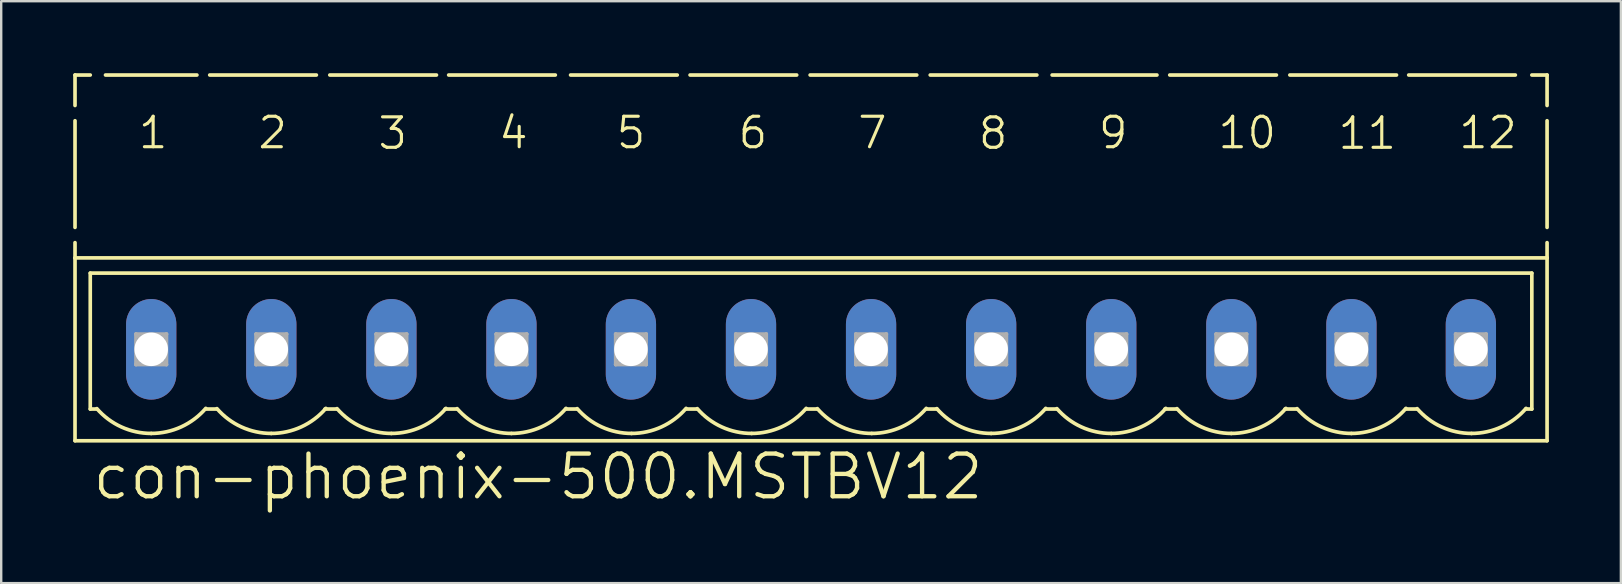
<source format=kicad_pcb>
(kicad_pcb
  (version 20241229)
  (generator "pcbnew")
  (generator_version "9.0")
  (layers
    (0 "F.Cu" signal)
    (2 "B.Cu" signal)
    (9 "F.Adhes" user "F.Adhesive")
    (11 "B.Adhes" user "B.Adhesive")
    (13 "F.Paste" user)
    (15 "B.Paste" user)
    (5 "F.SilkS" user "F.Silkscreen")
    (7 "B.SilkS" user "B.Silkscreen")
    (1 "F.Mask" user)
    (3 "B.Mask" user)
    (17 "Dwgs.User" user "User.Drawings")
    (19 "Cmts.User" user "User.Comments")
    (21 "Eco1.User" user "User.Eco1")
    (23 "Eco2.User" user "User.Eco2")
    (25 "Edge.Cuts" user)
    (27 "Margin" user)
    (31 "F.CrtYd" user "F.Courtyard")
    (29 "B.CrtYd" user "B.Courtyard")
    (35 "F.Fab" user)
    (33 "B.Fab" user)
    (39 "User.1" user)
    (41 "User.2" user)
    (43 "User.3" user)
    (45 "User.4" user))
  (footprint "con-phoenix-500.MSTBV12"
    (layer "F.Cu")
    (at 30.751 11.506)
    (property "Reference" "con-phoenix-500.MSTBV12" (at -30.04 6.35 0) (layer "F.SilkS") (effects (font (size 1.778 1.778) (thickness 0.18)) (justify left bottom)))
    (attr through_hole)
    (fp_line (start -30.675 -11.43) (end -30.675 -10.16) (stroke (width 0.152) (type default)) (layer "F.SilkS"))
    (fp_line (start -30.675 -11.43) (end -30.04 -11.43) (stroke (width 0.152) (type default)) (layer "F.SilkS"))
    (fp_line (start -30.675 -9.525) (end -30.675 -5.08) (stroke (width 0.152) (type default)) (layer "F.SilkS"))
    (fp_line (start -30.675 -4.445) (end -30.675 -3.81) (stroke (width 0.152) (type default)) (layer "F.SilkS"))
    (fp_line (start -30.675 -3.81) (end -30.675 3.81) (stroke (width 0.152) (type default)) (layer "F.SilkS"))
    (fp_line (start -30.675 -3.81) (end 30.666 -3.81) (stroke (width 0.152) (type default)) (layer "F.SilkS"))
    (fp_line (start -30.675 3.81) (end 30.666 3.81) (stroke (width 0.152) (type default)) (layer "F.SilkS"))
    (fp_line (start -30.04 -3.175) (end 30.031 -3.175) (stroke (width 0.152) (type default)) (layer "F.SilkS"))
    (fp_line (start -30.04 2.489) (end -30.04 -3.175) (stroke (width 0.152) (type default)) (layer "F.SilkS"))
    (fp_line (start -30.04 2.489) (end -29.786 2.489) (stroke (width 0.152) (type default)) (layer "F.SilkS"))
    (fp_line (start -29.405 -11.43) (end -25.595 -11.43) (stroke (width 0.152) (type default)) (layer "F.SilkS"))
    (fp_line (start -25.214 2.489) (end -24.782 2.489) (stroke (width 0.152) (type default)) (layer "F.SilkS"))
    (fp_line (start -25.062 -11.43) (end -20.617 -11.43) (stroke (width 0.152) (type default)) (layer "F.SilkS"))
    (fp_line (start -20.261 2.489) (end -19.778 2.489) (stroke (width 0.152) (type default)) (layer "F.SilkS"))
    (fp_line (start -20.058 -11.43) (end -15.613 -11.43) (stroke (width 0.152) (type default)) (layer "F.SilkS"))
    (fp_line (start -15.257 2.489) (end -14.775 2.489) (stroke (width 0.152) (type default)) (layer "F.SilkS"))
    (fp_line (start -15.105 -11.43) (end -10.66 -11.43) (stroke (width 0.152) (type default)) (layer "F.SilkS"))
    (fp_line (start -10.228 2.489) (end -9.771 2.489) (stroke (width 0.152) (type default)) (layer "F.SilkS"))
    (fp_line (start -10.025 -11.43) (end -5.58 -11.43) (stroke (width 0.152) (type default)) (layer "F.SilkS"))
    (fp_line (start -5.199 2.489) (end -4.767 2.489) (stroke (width 0.152) (type default)) (layer "F.SilkS"))
    (fp_line (start -5.046 -11.43) (end -0.601 -11.43) (stroke (width 0.152) (type default)) (layer "F.SilkS"))
    (fp_line (start -0.195 2.489) (end 0.237 2.489) (stroke (width 0.152) (type default)) (layer "F.SilkS"))
    (fp_line (start -0.043 -11.43) (end 4.402 -11.43) (stroke (width 0.152) (type default)) (layer "F.SilkS"))
    (fp_line (start 4.809 2.489) (end 5.241 2.489) (stroke (width 0.152) (type default)) (layer "F.SilkS"))
    (fp_line (start 4.961 -11.43) (end 9.406 -11.43) (stroke (width 0.152) (type default)) (layer "F.SilkS"))
    (fp_line (start 9.787 2.489) (end 10.219 2.489) (stroke (width 0.152) (type default)) (layer "F.SilkS"))
    (fp_line (start 10.041 -11.43) (end 14.41 -11.43) (stroke (width 0.152) (type default)) (layer "F.SilkS"))
    (fp_line (start 14.74 2.489) (end 15.223 2.489) (stroke (width 0.152) (type default)) (layer "F.SilkS"))
    (fp_line (start 14.943 -11.43) (end 19.388 -11.43) (stroke (width 0.152) (type default)) (layer "F.SilkS"))
    (fp_line (start 19.744 2.489) (end 20.227 2.489) (stroke (width 0.152) (type default)) (layer "F.SilkS"))
    (fp_line (start 19.947 -11.43) (end 24.392 -11.43) (stroke (width 0.152) (type default)) (layer "F.SilkS"))
    (fp_line (start 24.773 2.489) (end 25.23 2.489) (stroke (width 0.152) (type default)) (layer "F.SilkS"))
    (fp_line (start 24.9 -11.43) (end 29.345 -11.43) (stroke (width 0.152) (type default)) (layer "F.SilkS"))
    (fp_line (start 29.777 2.489) (end 30.031 2.489) (stroke (width 0.152) (type default)) (layer "F.SilkS"))
    (fp_line (start 30.031 -11.43) (end 30.666 -11.43) (stroke (width 0.152) (type default)) (layer "F.SilkS"))
    (fp_line (start 30.031 2.489) (end 30.031 -3.175) (stroke (width 0.152) (type default)) (layer "F.SilkS"))
    (fp_line (start 30.666 -11.43) (end 30.666 -10.16) (stroke (width 0.152) (type default)) (layer "F.SilkS"))
    (fp_line (start 30.666 -9.525) (end 30.666 -5.08) (stroke (width 0.152) (type default)) (layer "F.SilkS"))
    (fp_line (start 30.666 -3.81) (end 30.666 -4.445) (stroke (width 0.152) (type default)) (layer "F.SilkS"))
    (fp_line (start 30.666 3.81) (end 30.666 -3.81) (stroke (width 0.152) (type default)) (layer "F.SilkS"))
    (fp_arc (start -27.5 3.5053) (mid -28.744986 3.234481) (end -29.765 2.471) (stroke (width 0.1524) (type default)) (layer "F.SilkS"))
    (fp_arc (start -25.2262 2.4608) (mid -26.248899 3.231631) (end -27.5 3.5052) (stroke (width 0.1524) (type default)) (layer "F.SilkS"))
    (fp_arc (start -22.4962 3.5052) (mid -23.741177 3.234436) (end -24.7612 2.471) (stroke (width 0.1524) (type default)) (layer "F.SilkS"))
    (fp_arc (start -20.2224 2.4608) (mid -21.245099 3.231631) (end -22.4962 3.5052) (stroke (width 0.1524) (type default)) (layer "F.SilkS"))
    (fp_arc (start -17.4924 3.5052) (mid -18.737377 3.234436) (end -19.7574 2.471) (stroke (width 0.1524) (type default)) (layer "F.SilkS"))
    (fp_arc (start -15.2186 2.4608) (mid -16.241299 3.231631) (end -17.4924 3.5052) (stroke (width 0.1524) (type default)) (layer "F.SilkS"))
    (fp_arc (start -12.4886 3.5052) (mid -13.733577 3.234436) (end -14.7536 2.471) (stroke (width 0.1524) (type default)) (layer "F.SilkS"))
    (fp_arc (start -10.2148 2.4608) (mid -11.237499 3.231631) (end -12.4886 3.5052) (stroke (width 0.1524) (type default)) (layer "F.SilkS"))
    (fp_arc (start -7.4848 3.5052) (mid -8.729777 3.234436) (end -9.7498 2.471) (stroke (width 0.1524) (type default)) (layer "F.SilkS"))
    (fp_arc (start -5.211 2.4608) (mid -6.233699 3.231631) (end -7.4848 3.5052) (stroke (width 0.1524) (type default)) (layer "F.SilkS"))
    (fp_arc (start -2.481 3.5052) (mid -3.725977 3.234436) (end -4.746 2.471) (stroke (width 0.1524) (type default)) (layer "F.SilkS"))
    (fp_arc (start -0.2072 2.4608) (mid -1.229899 3.231631) (end -2.481 3.5052) (stroke (width 0.1524) (type default)) (layer "F.SilkS"))
    (fp_arc (start 2.5228 3.5052) (mid 1.277823 3.234436) (end 0.2578 2.471) (stroke (width 0.1524) (type default)) (layer "F.SilkS"))
    (fp_arc (start 4.7966 2.4608) (mid 3.773901 3.231631) (end 2.5228 3.5052) (stroke (width 0.1524) (type default)) (layer "F.SilkS"))
    (fp_arc (start 7.5012 3.5052) (mid 6.256223 3.234436) (end 5.2362 2.471) (stroke (width 0.1524) (type default)) (layer "F.SilkS"))
    (fp_arc (start 9.775 2.4608) (mid 8.752301 3.231631) (end 7.5012 3.5052) (stroke (width 0.1524) (type default)) (layer "F.SilkS"))
    (fp_arc (start 12.505 3.5052) (mid 11.260023 3.234436) (end 10.24 2.471) (stroke (width 0.1524) (type default)) (layer "F.SilkS"))
    (fp_arc (start 14.7788 2.4608) (mid 13.756101 3.231631) (end 12.505 3.5052) (stroke (width 0.1524) (type default)) (layer "F.SilkS"))
    (fp_arc (start 17.5088 3.5052) (mid 16.263823 3.234436) (end 15.2438 2.471) (stroke (width 0.1524) (type default)) (layer "F.SilkS"))
    (fp_arc (start 19.7826 2.4608) (mid 18.759901 3.231631) (end 17.5088 3.5052) (stroke (width 0.1524) (type default)) (layer "F.SilkS"))
    (fp_arc (start 22.5126 3.5052) (mid 21.267623 3.234436) (end 20.2476 2.471) (stroke (width 0.1524) (type default)) (layer "F.SilkS"))
    (fp_arc (start 24.7864 2.4608) (mid 23.763701 3.231631) (end 22.5126 3.5052) (stroke (width 0.1524) (type default)) (layer "F.SilkS"))
    (fp_arc (start 27.5164 3.5052) (mid 26.271423 3.234436) (end 25.2514 2.471) (stroke (width 0.1524) (type default)) (layer "F.SilkS"))
    (fp_arc (start 29.7902 2.4608) (mid 28.767501 3.231631) (end 27.5164 3.5052) (stroke (width 0.1524) (type default)) (layer "F.SilkS"))
    (fp_line (start -28.135 -0.635) (end -28.135 0.635) (stroke (width 0.152) (type default)) (layer "F.Fab"))
    (fp_line (start -28.135 -0.635) (end -26.865 0.635) (stroke (width 0.152) (type default)) (layer "F.Fab"))
    (fp_line (start -28.135 0.635) (end -26.865 -0.635) (stroke (width 0.152) (type default)) (layer "F.Fab"))
    (fp_line (start -28.135 0.635) (end -26.865 0.635) (stroke (width 0.152) (type default)) (layer "F.Fab"))
    (fp_line (start -26.865 -0.635) (end -28.135 -0.635) (stroke (width 0.152) (type default)) (layer "F.Fab"))
    (fp_line (start -26.865 0.635) (end -26.865 -0.635) (stroke (width 0.152) (type default)) (layer "F.Fab"))
    (fp_line (start -23.131 -0.635) (end -23.131 0.635) (stroke (width 0.152) (type default)) (layer "F.Fab"))
    (fp_line (start -23.131 -0.635) (end -21.861 0.635) (stroke (width 0.152) (type default)) (layer "F.Fab"))
    (fp_line (start -23.131 0.635) (end -21.861 -0.635) (stroke (width 0.152) (type default)) (layer "F.Fab"))
    (fp_line (start -23.131 0.635) (end -21.861 0.635) (stroke (width 0.152) (type default)) (layer "F.Fab"))
    (fp_line (start -21.861 -0.635) (end -23.131 -0.635) (stroke (width 0.152) (type default)) (layer "F.Fab"))
    (fp_line (start -21.861 0.635) (end -21.861 -0.635) (stroke (width 0.152) (type default)) (layer "F.Fab"))
    (fp_line (start -18.127 -0.635) (end -18.127 0.635) (stroke (width 0.152) (type default)) (layer "F.Fab"))
    (fp_line (start -18.127 -0.635) (end -16.857 0.635) (stroke (width 0.152) (type default)) (layer "F.Fab"))
    (fp_line (start -18.127 0.635) (end -16.857 -0.635) (stroke (width 0.152) (type default)) (layer "F.Fab"))
    (fp_line (start -18.127 0.635) (end -16.857 0.635) (stroke (width 0.152) (type default)) (layer "F.Fab"))
    (fp_line (start -16.857 -0.635) (end -18.127 -0.635) (stroke (width 0.152) (type default)) (layer "F.Fab"))
    (fp_line (start -16.857 0.635) (end -16.857 -0.635) (stroke (width 0.152) (type default)) (layer "F.Fab"))
    (fp_line (start -13.124 -0.635) (end -13.124 0.635) (stroke (width 0.152) (type default)) (layer "F.Fab"))
    (fp_line (start -13.124 -0.635) (end -11.854 0.635) (stroke (width 0.152) (type default)) (layer "F.Fab"))
    (fp_line (start -13.124 0.635) (end -11.854 -0.635) (stroke (width 0.152) (type default)) (layer "F.Fab"))
    (fp_line (start -13.124 0.635) (end -11.854 0.635) (stroke (width 0.152) (type default)) (layer "F.Fab"))
    (fp_line (start -11.854 -0.635) (end -13.124 -0.635) (stroke (width 0.152) (type default)) (layer "F.Fab"))
    (fp_line (start -11.854 0.635) (end -11.854 -0.635) (stroke (width 0.152) (type default)) (layer "F.Fab"))
    (fp_line (start -8.145 -0.635) (end -8.145 0.635) (stroke (width 0.152) (type default)) (layer "F.Fab"))
    (fp_line (start -8.145 -0.635) (end -6.875 0.635) (stroke (width 0.152) (type default)) (layer "F.Fab"))
    (fp_line (start -8.145 0.635) (end -6.875 -0.635) (stroke (width 0.152) (type default)) (layer "F.Fab"))
    (fp_line (start -8.145 0.635) (end -6.875 0.635) (stroke (width 0.152) (type default)) (layer "F.Fab"))
    (fp_line (start -6.875 -0.635) (end -8.145 -0.635) (stroke (width 0.152) (type default)) (layer "F.Fab"))
    (fp_line (start -6.875 0.635) (end -6.875 -0.635) (stroke (width 0.152) (type default)) (layer "F.Fab"))
    (fp_line (start -3.141 -0.635) (end -3.141 0.635) (stroke (width 0.152) (type default)) (layer "F.Fab"))
    (fp_line (start -3.141 -0.635) (end -1.871 0.635) (stroke (width 0.152) (type default)) (layer "F.Fab"))
    (fp_line (start -3.141 0.635) (end -1.871 -0.635) (stroke (width 0.152) (type default)) (layer "F.Fab"))
    (fp_line (start -3.141 0.635) (end -1.871 0.635) (stroke (width 0.152) (type default)) (layer "F.Fab"))
    (fp_line (start -1.871 -0.635) (end -3.141 -0.635) (stroke (width 0.152) (type default)) (layer "F.Fab"))
    (fp_line (start -1.871 0.635) (end -1.871 -0.635) (stroke (width 0.152) (type default)) (layer "F.Fab"))
    (fp_line (start 1.862 -0.635) (end 1.862 0.635) (stroke (width 0.152) (type default)) (layer "F.Fab"))
    (fp_line (start 1.862 -0.635) (end 3.132 0.635) (stroke (width 0.152) (type default)) (layer "F.Fab"))
    (fp_line (start 1.862 0.635) (end 3.132 -0.635) (stroke (width 0.152) (type default)) (layer "F.Fab"))
    (fp_line (start 1.862 0.635) (end 3.132 0.635) (stroke (width 0.152) (type default)) (layer "F.Fab"))
    (fp_line (start 3.132 -0.635) (end 1.862 -0.635) (stroke (width 0.152) (type default)) (layer "F.Fab"))
    (fp_line (start 3.132 0.635) (end 3.132 -0.635) (stroke (width 0.152) (type default)) (layer "F.Fab"))
    (fp_line (start 6.866 -0.635) (end 6.866 0.635) (stroke (width 0.152) (type default)) (layer "F.Fab"))
    (fp_line (start 6.866 -0.635) (end 8.136 0.635) (stroke (width 0.152) (type default)) (layer "F.Fab"))
    (fp_line (start 6.866 0.635) (end 8.136 -0.635) (stroke (width 0.152) (type default)) (layer "F.Fab"))
    (fp_line (start 6.866 0.635) (end 8.136 0.635) (stroke (width 0.152) (type default)) (layer "F.Fab"))
    (fp_line (start 8.136 -0.635) (end 6.866 -0.635) (stroke (width 0.152) (type default)) (layer "F.Fab"))
    (fp_line (start 8.136 0.635) (end 8.136 -0.635) (stroke (width 0.152) (type default)) (layer "F.Fab"))
    (fp_line (start 11.87 -0.635) (end 11.87 0.635) (stroke (width 0.152) (type default)) (layer "F.Fab"))
    (fp_line (start 11.87 -0.635) (end 13.14 0.635) (stroke (width 0.152) (type default)) (layer "F.Fab"))
    (fp_line (start 11.87 0.635) (end 13.14 -0.635) (stroke (width 0.152) (type default)) (layer "F.Fab"))
    (fp_line (start 11.87 0.635) (end 13.14 0.635) (stroke (width 0.152) (type default)) (layer "F.Fab"))
    (fp_line (start 13.14 -0.635) (end 11.87 -0.635) (stroke (width 0.152) (type default)) (layer "F.Fab"))
    (fp_line (start 13.14 0.635) (end 13.14 -0.635) (stroke (width 0.152) (type default)) (layer "F.Fab"))
    (fp_line (start 16.874 -0.635) (end 16.874 0.635) (stroke (width 0.152) (type default)) (layer "F.Fab"))
    (fp_line (start 16.874 -0.635) (end 18.144 0.635) (stroke (width 0.152) (type default)) (layer "F.Fab"))
    (fp_line (start 16.874 0.635) (end 18.144 -0.635) (stroke (width 0.152) (type default)) (layer "F.Fab"))
    (fp_line (start 16.874 0.635) (end 18.144 0.635) (stroke (width 0.152) (type default)) (layer "F.Fab"))
    (fp_line (start 18.144 -0.635) (end 16.874 -0.635) (stroke (width 0.152) (type default)) (layer "F.Fab"))
    (fp_line (start 18.144 0.635) (end 18.144 -0.635) (stroke (width 0.152) (type default)) (layer "F.Fab"))
    (fp_line (start 21.878 -0.635) (end 21.878 0.635) (stroke (width 0.152) (type default)) (layer "F.Fab"))
    (fp_line (start 21.878 -0.635) (end 23.148 0.635) (stroke (width 0.152) (type default)) (layer "F.Fab"))
    (fp_line (start 21.878 0.635) (end 23.148 -0.635) (stroke (width 0.152) (type default)) (layer "F.Fab"))
    (fp_line (start 21.878 0.635) (end 23.148 0.635) (stroke (width 0.152) (type default)) (layer "F.Fab"))
    (fp_line (start 23.148 -0.635) (end 21.878 -0.635) (stroke (width 0.152) (type default)) (layer "F.Fab"))
    (fp_line (start 23.148 0.635) (end 23.148 -0.635) (stroke (width 0.152) (type default)) (layer "F.Fab"))
    (fp_line (start 26.856 -0.635) (end 26.856 0.635) (stroke (width 0.152) (type default)) (layer "F.Fab"))
    (fp_line (start 26.856 -0.635) (end 28.126 0.635) (stroke (width 0.152) (type default)) (layer "F.Fab"))
    (fp_line (start 26.856 0.635) (end 28.126 -0.635) (stroke (width 0.152) (type default)) (layer "F.Fab"))
    (fp_line (start 26.856 0.635) (end 28.126 0.635) (stroke (width 0.152) (type default)) (layer "F.Fab"))
    (fp_line (start 28.126 -0.635) (end 26.856 -0.635) (stroke (width 0.152) (type default)) (layer "F.Fab"))
    (fp_line (start 28.126 0.635) (end 28.126 -0.635) (stroke (width 0.152) (type default)) (layer "F.Fab"))
    (fp_text user "1" (at -28.11 -8.28 0) (layer "F.SilkS") (effects (font (size 1.27 1.27) (thickness 0.13)) (justify left bottom)))
    (fp_text user "9" (at 11.895 -8.28 0) (layer "F.SilkS") (effects (font (size 1.27 1.27) (thickness 0.13)) (justify left bottom)))
    (fp_text user "4" (at -13.098 -8.28 0) (layer "F.SilkS") (effects (font (size 1.27 1.27) (thickness 0.13)) (justify left bottom)))
    (fp_text user "12" (at 26.907 -8.28 0) (layer "F.SilkS") (effects (font (size 1.27 1.27) (thickness 0.13)) (justify left bottom)))
    (fp_text user "6" (at -3.116 -8.28 0) (layer "F.SilkS") (effects (font (size 1.27 1.27) (thickness 0.13)) (justify left bottom)))
    (fp_text user "2" (at -23.131 -8.28 0) (layer "F.SilkS") (effects (font (size 1.27 1.27) (thickness 0.13)) (justify left bottom)))
    (fp_text user "5" (at -8.196 -8.28 0) (layer "F.SilkS") (effects (font (size 1.27 1.27) (thickness 0.13)) (justify left bottom)))
    (fp_text user "11" (at 21.878 -8.255 0) (layer "F.SilkS") (effects (font (size 1.27 1.27) (thickness 0.13)) (justify left bottom)))
    (fp_text user "3" (at -18.127 -8.255 0) (layer "F.SilkS") (effects (font (size 1.27 1.27) (thickness 0.13)) (justify left bottom)))
    (fp_text user "7" (at 1.862 -8.28 0) (layer "F.SilkS") (effects (font (size 1.27 1.27) (thickness 0.13)) (justify left bottom)))
    (fp_text user "8" (at 6.892 -8.255 0) (layer "F.SilkS") (effects (font (size 1.27 1.27) (thickness 0.13)) (justify left bottom)))
    (fp_text user "10" (at 16.874 -8.28 0) (layer "F.SilkS") (effects (font (size 1.27 1.27) (thickness 0.13)) (justify left bottom)))
    (pad "1" thru_hole oval (at -27.5 0 90) (size 4.191 2.095) (drill 1.397) (layers "*.Cu" "*.Mask"))
    (pad "2" thru_hole oval (at -22.496 0 90) (size 4.191 2.095) (drill 1.397) (layers "*.Cu" "*.Mask"))
    (pad "3" thru_hole oval (at -17.492 0 90) (size 4.191 2.095) (drill 1.397) (layers "*.Cu" "*.Mask"))
    (pad "4" thru_hole oval (at -12.489 0 90) (size 4.191 2.095) (drill 1.397) (layers "*.Cu" "*.Mask"))
    (pad "5" thru_hole oval (at -7.51 0 90) (size 4.191 2.095) (drill 1.397) (layers "*.Cu" "*.Mask"))
    (pad "6" thru_hole oval (at -2.506 0 90) (size 4.191 2.095) (drill 1.397) (layers "*.Cu" "*.Mask"))
    (pad "7" thru_hole oval (at 2.497 0 90) (size 4.191 2.095) (drill 1.397) (layers "*.Cu" "*.Mask"))
    (pad "8" thru_hole oval (at 7.501 0 90) (size 4.191 2.095) (drill 1.397) (layers "*.Cu" "*.Mask"))
    (pad "9" thru_hole oval (at 12.505 0 90) (size 4.191 2.095) (drill 1.397) (layers "*.Cu" "*.Mask"))
    (pad "10" thru_hole oval (at 17.509 0 90) (size 4.191 2.095) (drill 1.397) (layers "*.Cu" "*.Mask"))
    (pad "11" thru_hole oval (at 22.513 0 90) (size 4.191 2.095) (drill 1.397) (layers "*.Cu" "*.Mask"))
    (pad "12" thru_hole oval (at 27.491 0 90) (size 4.191 2.095) (drill 1.397) (layers "*.Cu" "*.Mask")))
  (gr_rect
    (start -3 -3)
    (end 64.493 21.25)
    (stroke (width 0.1) (type default))
    (fill no)
    (layer "Edge.Cuts")))
</source>
